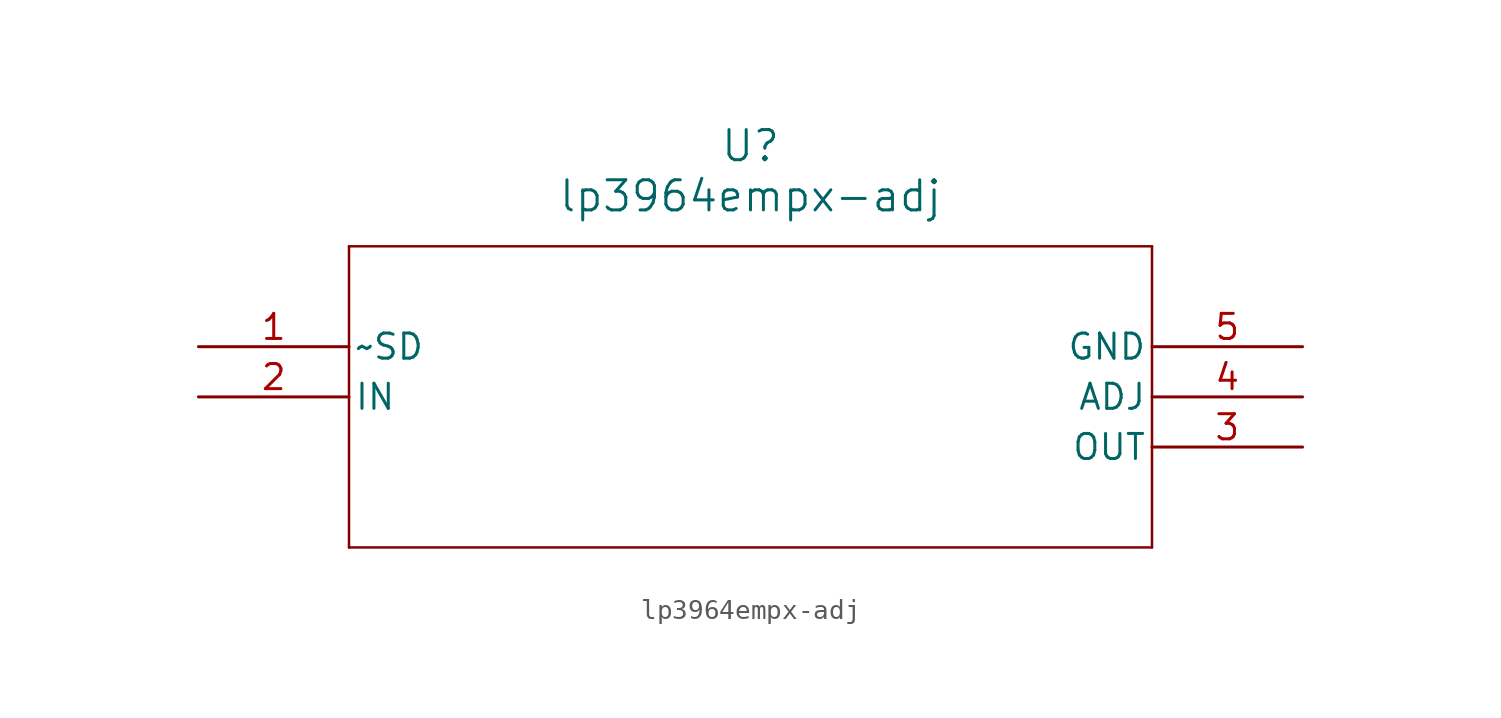
<source format=kicad_sym>
(kicad_symbol_lib
  (version 20211014)
  (generator kicad_symbol_editor)
  (symbol "lp3964empx-adj"
    (pin_names
      (offset 0.254))
    (property "Reference" "U"
      (at 27.94 10.16 0)
      (effects (font (size 1.524 1.524))))
    (property "Value" "lp3964empx-adj"
      (at 27.94 7.62 0)
      (effects (font (size 1.524 1.524))))
    (symbol "lp3964empx-adj_0_1"
      (polyline (pts (xy 7.62 5.08) (xy 7.62 -10.16)) (stroke (width 0.127) (type default) (color 0 0 0 0)) (fill (type none)))
      (polyline (pts (xy 7.62 -10.16) (xy 48.26 -10.16)) (stroke (width 0.127) (type default) (color 0 0 0 0)) (fill (type none)))
      (polyline (pts (xy 48.26 -10.16) (xy 48.26 5.08)) (stroke (width 0.127) (type default) (color 0 0 0 0)) (fill (type none)))
      (polyline (pts (xy 48.26 5.08) (xy 7.62 5.08)) (stroke (width 0.127) (type default) (color 0 0 0 0)) (fill (type none)))
      (pin input line (at 0 0 0) (length 7.62) (name "~SD" (effects (font (size 1.27 1.27)))) (number "1" (effects (font (size 1.27 1.27)))))
      (pin power_in line (at 0 -2.54 0) (length 7.62) (name "IN" (effects (font (size 1.27 1.27)))) (number "2" (effects (font (size 1.27 1.27)))))
      (pin power_in line (at 55.88 -5.08 180) (length 7.62) (name "OUT" (effects (font (size 1.27 1.27)))) (number "3" (effects (font (size 1.27 1.27)))))
      (pin input line (at 55.88 -2.54 180) (length 7.62) (name "ADJ" (effects (font (size 1.27 1.27)))) (number "4" (effects (font (size 1.27 1.27)))))
      (pin power_in line (at 55.88 0 180) (length 7.62) (name "GND" (effects (font (size 1.27 1.27)))) (number "5" (effects (font (size 1.27 1.27))))))))
</source>
